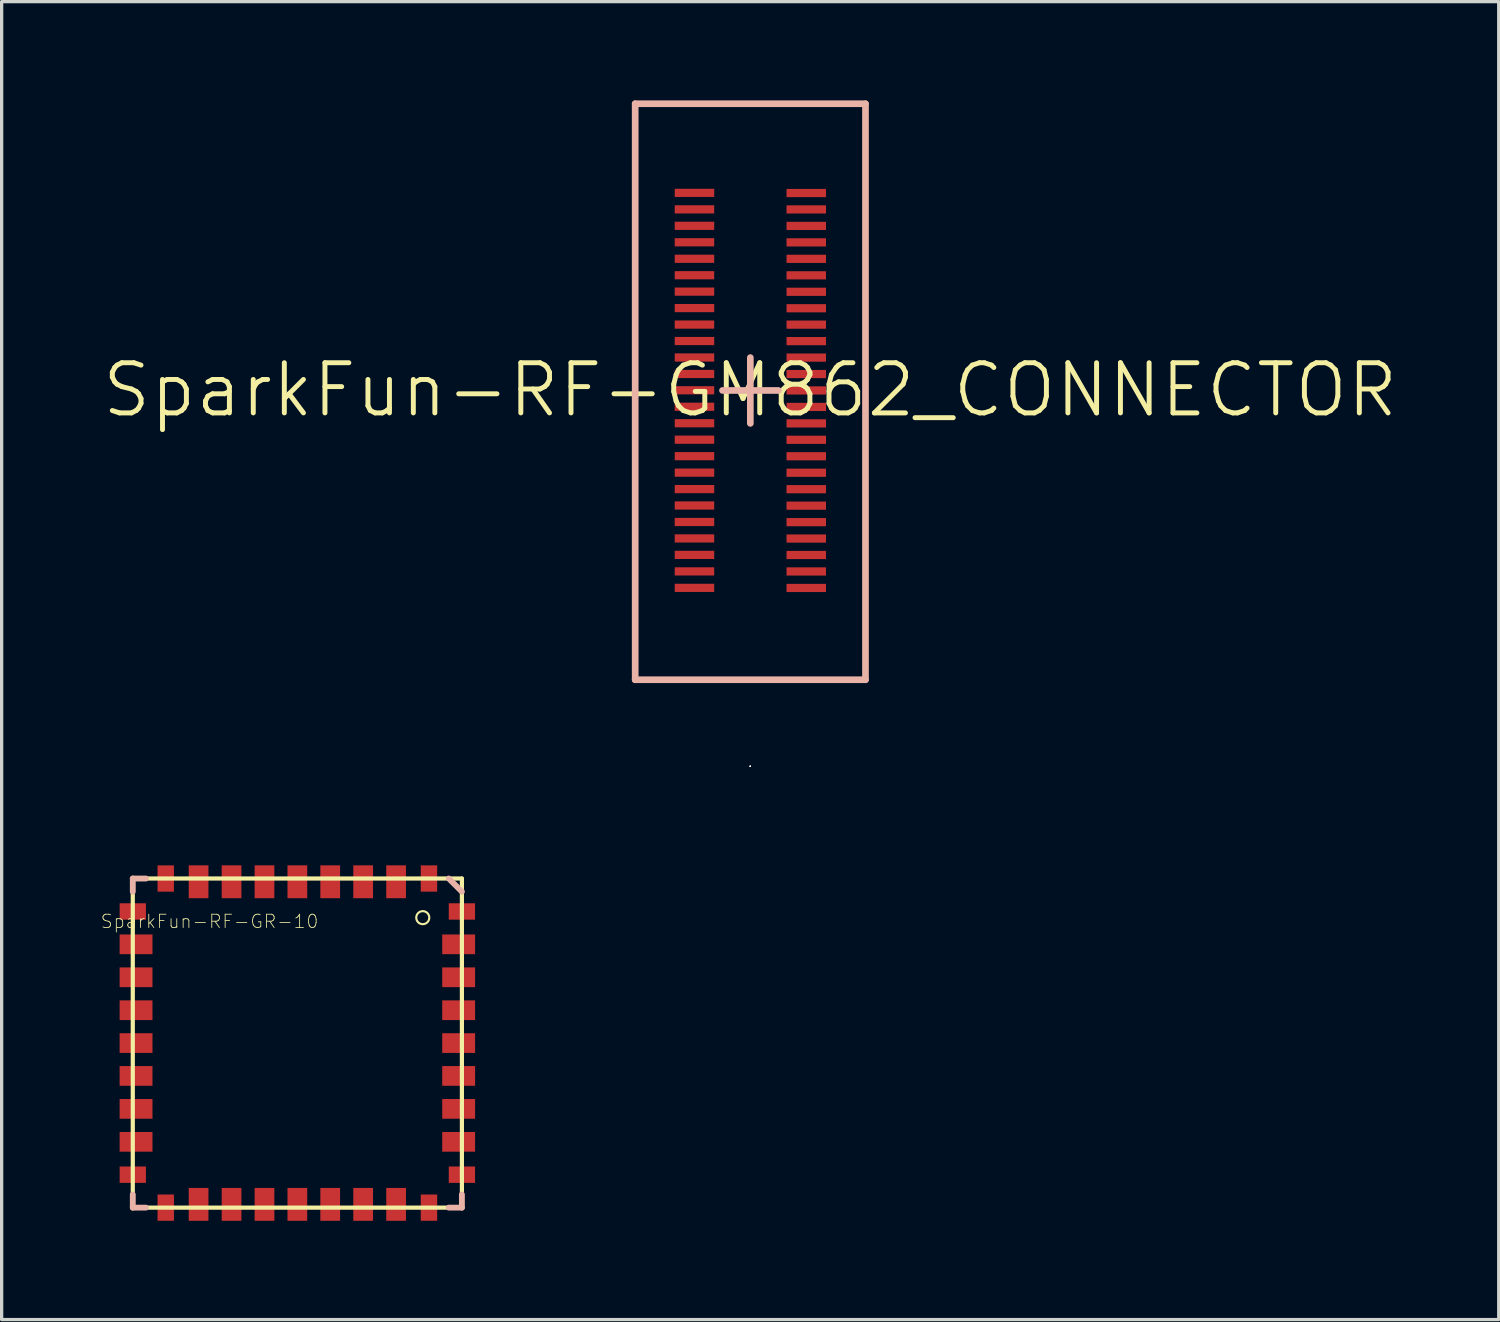
<source format=kicad_pcb>
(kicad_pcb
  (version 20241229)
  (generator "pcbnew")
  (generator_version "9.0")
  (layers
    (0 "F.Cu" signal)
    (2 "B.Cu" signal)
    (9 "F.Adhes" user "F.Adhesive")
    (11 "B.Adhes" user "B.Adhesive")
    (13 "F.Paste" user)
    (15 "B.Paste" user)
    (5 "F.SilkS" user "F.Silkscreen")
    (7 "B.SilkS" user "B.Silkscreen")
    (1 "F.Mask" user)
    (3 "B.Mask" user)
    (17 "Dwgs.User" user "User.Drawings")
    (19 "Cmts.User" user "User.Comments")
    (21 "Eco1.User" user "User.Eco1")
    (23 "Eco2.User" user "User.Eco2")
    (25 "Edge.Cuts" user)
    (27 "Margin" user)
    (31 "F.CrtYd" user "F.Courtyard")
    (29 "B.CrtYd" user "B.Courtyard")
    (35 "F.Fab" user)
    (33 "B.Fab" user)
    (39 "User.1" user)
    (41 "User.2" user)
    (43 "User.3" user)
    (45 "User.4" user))
  (footprint "SparkFun-RF-GR-10"
    (layer "F.Cu")
    (at 5.983 28.637)
    (property "Reference" "SparkFun-RF-GR-10" (at -2.667 -3.696 0) (layer "F.SilkS") (effects (font (size 0.406 0.406) (thickness 0.025))))
    (attr smd)
    (fp_line (start -4.999 -4.999) (end 4.999 -4.999) (stroke (width 0.127) (type solid)) (layer "F.SilkS"))
    (fp_line (start -4.999 4.999) (end -4.999 -4.999) (stroke (width 0.127) (type solid)) (layer "F.SilkS"))
    (fp_line (start 4.999 -4.999) (end 4.999 4.999) (stroke (width 0.127) (type solid)) (layer "F.SilkS"))
    (fp_line (start 4.999 4.999) (end -4.999 4.999) (stroke (width 0.127) (type solid)) (layer "F.SilkS"))
    (fp_circle (center 3.81 -3.81) (end 3.95 -3.95) (stroke (width 0.064) (type solid)) (fill no) (layer "F.SilkS"))
    (fp_line (start -4.999 -4.999) (end -4.999 -4.6) (stroke (width 0.178) (type solid)) (layer "B.SilkS"))
    (fp_line (start -4.999 -4.999) (end -4.6 -4.999) (stroke (width 0.178) (type solid)) (layer "B.SilkS"))
    (fp_line (start -4.999 4.999) (end -4.999 4.6) (stroke (width 0.178) (type solid)) (layer "B.SilkS"))
    (fp_line (start -4.999 4.999) (end -4.6 4.999) (stroke (width 0.178) (type solid)) (layer "B.SilkS"))
    (fp_line (start 4.999 -4.6) (end 4.6 -4.999) (stroke (width 0.178) (type solid)) (layer "B.SilkS"))
    (fp_line (start 4.999 4.999) (end 4.6 4.999) (stroke (width 0.178) (type solid)) (layer "B.SilkS"))
    (fp_line (start 4.999 4.999) (end 4.999 4.6) (stroke (width 0.178) (type solid)) (layer "B.SilkS"))
    (pad "1" smd rect (at 4.999 -3.998) (size 0.798 0.498) (layers "F.Cu" "F.Mask" "F.Paste"))
    (pad "2" smd rect (at 4.9 -3) (size 0.998 0.599) (layers "F.Cu" "F.Mask" "F.Paste"))
    (pad "3" smd rect (at 4.9 -1.999) (size 0.998 0.599) (layers "F.Cu" "F.Mask" "F.Paste"))
    (pad "4" smd rect (at 4.9 -0.998) (size 0.998 0.599) (layers "F.Cu" "F.Mask" "F.Paste"))
    (pad "5" smd rect (at 4.9 0) (size 0.998 0.599) (layers "F.Cu" "F.Mask" "F.Paste"))
    (pad "6" smd rect (at 4.9 0.998) (size 0.998 0.599) (layers "F.Cu" "F.Mask" "F.Paste"))
    (pad "7" smd rect (at 4.9 1.999) (size 0.998 0.599) (layers "F.Cu" "F.Mask" "F.Paste"))
    (pad "8" smd rect (at 4.9 3) (size 0.998 0.599) (layers "F.Cu" "F.Mask" "F.Paste"))
    (pad "9" smd rect (at 4.999 3.998) (size 0.798 0.498) (layers "F.Cu" "F.Mask" "F.Paste"))
    (pad "10" smd rect (at 3.998 4.999 270) (size 0.798 0.498) (layers "F.Cu" "F.Mask" "F.Paste"))
    (pad "11" smd rect (at 3 4.9 270) (size 0.998 0.599) (layers "F.Cu" "F.Mask" "F.Paste"))
    (pad "12" smd rect (at 1.999 4.9 270) (size 0.998 0.599) (layers "F.Cu" "F.Mask" "F.Paste"))
    (pad "13" smd rect (at 0.998 4.9 270) (size 0.998 0.599) (layers "F.Cu" "F.Mask" "F.Paste"))
    (pad "14" smd rect (at 0 4.9 270) (size 0.998 0.599) (layers "F.Cu" "F.Mask" "F.Paste"))
    (pad "15" smd rect (at -0.998 4.9 270) (size 0.998 0.599) (layers "F.Cu" "F.Mask" "F.Paste"))
    (pad "16" smd rect (at -1.999 4.9 270) (size 0.998 0.599) (layers "F.Cu" "F.Mask" "F.Paste"))
    (pad "17" smd rect (at -3 4.9 270) (size 0.998 0.599) (layers "F.Cu" "F.Mask" "F.Paste"))
    (pad "18" smd rect (at -3.998 4.999 270) (size 0.798 0.498) (layers "F.Cu" "F.Mask" "F.Paste"))
    (pad "19" smd rect (at -4.999 3.998 180) (size 0.798 0.498) (layers "F.Cu" "F.Mask" "F.Paste"))
    (pad "20" smd rect (at -4.9 3 180) (size 0.998 0.599) (layers "F.Cu" "F.Mask" "F.Paste"))
    (pad "21" smd rect (at -4.9 1.999 180) (size 0.998 0.599) (layers "F.Cu" "F.Mask" "F.Paste"))
    (pad "22" smd rect (at -4.9 0.998 180) (size 0.998 0.599) (layers "F.Cu" "F.Mask" "F.Paste"))
    (pad "23" smd rect (at -4.9 0 180) (size 0.998 0.599) (layers "F.Cu" "F.Mask" "F.Paste"))
    (pad "24" smd rect (at -4.9 -0.998 180) (size 0.998 0.599) (layers "F.Cu" "F.Mask" "F.Paste"))
    (pad "25" smd rect (at -4.9 -1.999 180) (size 0.998 0.599) (layers "F.Cu" "F.Mask" "F.Paste"))
    (pad "26" smd rect (at -4.9 -3 180) (size 0.998 0.599) (layers "F.Cu" "F.Mask" "F.Paste"))
    (pad "27" smd rect (at -4.999 -3.998 180) (size 0.798 0.498) (layers "F.Cu" "F.Mask" "F.Paste"))
    (pad "28" smd rect (at -3.998 -4.999 90) (size 0.798 0.498) (layers "F.Cu" "F.Mask" "F.Paste"))
    (pad "29" smd rect (at -3 -4.9 90) (size 0.998 0.599) (layers "F.Cu" "F.Mask" "F.Paste"))
    (pad "30" smd rect (at -1.999 -4.9 90) (size 0.998 0.599) (layers "F.Cu" "F.Mask" "F.Paste"))
    (pad "31" smd rect (at -0.998 -4.9 90) (size 0.998 0.599) (layers "F.Cu" "F.Mask" "F.Paste"))
    (pad "32" smd rect (at 0 -4.9 90) (size 0.998 0.599) (layers "F.Cu" "F.Mask" "F.Paste"))
    (pad "33" smd rect (at 0.998 -4.9 90) (size 0.998 0.599) (layers "F.Cu" "F.Mask" "F.Paste"))
    (pad "34" smd rect (at 1.999 -4.9 90) (size 0.998 0.599) (layers "F.Cu" "F.Mask" "F.Paste"))
    (pad "35" smd rect (at 3 -4.9 90) (size 0.998 0.599) (layers "F.Cu" "F.Mask" "F.Paste"))
    (pad "36" smd rect (at 3.998 -4.999 90) (size 0.798 0.498) (layers "F.Cu" "F.Mask" "F.Paste")))
  (footprint "SparkFun-RF-GM862_CONNECTOR"
    (layer "F.Cu")
    (at 19.739 8.796)
    (property "Reference" "SparkFun-RF-GM862_CONNECTOR" (at 0 0 0) (layer "F.SilkS") (effects (font (size 1.524 1.524) (thickness 0.15))))
    (attr smd)
    (fp_line (start -3.493 -8.694) (end -3.493 8.804) (stroke (width 0.203) (type solid)) (layer "B.SilkS"))
    (fp_line (start -3.493 8.804) (end 3.503 8.804) (stroke (width 0.203) (type solid)) (layer "B.SilkS"))
    (fp_line (start -0.841 0.015) (end 0.856 0.015) (stroke (width 0.203) (type solid)) (layer "B.SilkS"))
    (fp_line (start 0.005 1.016) (end 0.005 -0.983) (stroke (width 0.203) (type solid)) (layer "B.SilkS"))
    (fp_line (start 3.503 -8.694) (end -3.493 -8.694) (stroke (width 0.203) (type solid)) (layer "B.SilkS"))
    (fp_line (start 3.503 8.804) (end 3.503 -8.694) (stroke (width 0.203) (type solid)) (layer "B.SilkS"))
    (pad "1" smd rect (at 1.704 6.015) (size 1.199 0.249) (layers "F.Cu" "F.Mask" "F.Paste"))
    (pad "2" smd rect (at -1.692 6.012) (size 1.199 0.249) (layers "F.Cu" "F.Mask" "F.Paste"))
    (pad "3" smd rect (at 1.704 5.514) (size 1.199 0.249) (layers "F.Cu" "F.Mask" "F.Paste"))
    (pad "4" smd rect (at -1.692 5.512) (size 1.199 0.249) (layers "F.Cu" "F.Mask" "F.Paste"))
    (pad "5" smd rect (at 1.704 5.014) (size 1.199 0.249) (layers "F.Cu" "F.Mask" "F.Paste"))
    (pad "6" smd rect (at -1.692 5.011) (size 1.199 0.249) (layers "F.Cu" "F.Mask" "F.Paste"))
    (pad "7" smd rect (at 1.704 4.514) (size 1.199 0.249) (layers "F.Cu" "F.Mask" "F.Paste"))
    (pad "8" smd rect (at -1.692 4.511) (size 1.199 0.249) (layers "F.Cu" "F.Mask" "F.Paste"))
    (pad "9" smd rect (at 1.704 4.016) (size 1.199 0.249) (layers "F.Cu" "F.Mask" "F.Paste"))
    (pad "10" smd rect (at -1.692 4.011) (size 1.199 0.249) (layers "F.Cu" "F.Mask" "F.Paste"))
    (pad "11" smd rect (at 1.704 3.515) (size 1.199 0.249) (layers "F.Cu" "F.Mask" "F.Paste"))
    (pad "12" smd rect (at -1.692 3.51) (size 1.199 0.249) (layers "F.Cu" "F.Mask" "F.Paste"))
    (pad "13" smd rect (at 1.704 3.015) (size 1.199 0.249) (layers "F.Cu" "F.Mask" "F.Paste"))
    (pad "14" smd rect (at -1.692 3.012) (size 1.199 0.249) (layers "F.Cu" "F.Mask" "F.Paste"))
    (pad "15" smd rect (at 1.704 2.515) (size 1.199 0.249) (layers "F.Cu" "F.Mask" "F.Paste"))
    (pad "16" smd rect (at -1.692 2.512) (size 1.199 0.249) (layers "F.Cu" "F.Mask" "F.Paste"))
    (pad "17" smd rect (at 1.704 2.014) (size 1.199 0.249) (layers "F.Cu" "F.Mask" "F.Paste"))
    (pad "18" smd rect (at -1.692 2.012) (size 1.199 0.249) (layers "F.Cu" "F.Mask" "F.Paste"))
    (pad "19" smd rect (at 1.704 1.514) (size 1.199 0.249) (layers "F.Cu" "F.Mask" "F.Paste"))
    (pad "20" smd rect (at -1.692 1.511) (size 1.199 0.249) (layers "F.Cu" "F.Mask" "F.Paste"))
    (pad "21" smd rect (at 1.704 1.016) (size 1.199 0.249) (layers "F.Cu" "F.Mask" "F.Paste"))
    (pad "22" smd rect (at -1.692 1.011) (size 1.199 0.249) (layers "F.Cu" "F.Mask" "F.Paste"))
    (pad "23" smd rect (at 1.704 0.516) (size 1.199 0.249) (layers "F.Cu" "F.Mask" "F.Paste"))
    (pad "24" smd rect (at -1.692 0.511) (size 1.199 0.249) (layers "F.Cu" "F.Mask" "F.Paste"))
    (pad "25" smd rect (at 1.704 0.015) (size 1.199 0.249) (layers "F.Cu" "F.Mask" "F.Paste"))
    (pad "26" smd rect (at -1.692 0.01) (size 1.199 0.249) (layers "F.Cu" "F.Mask" "F.Paste"))
    (pad "27" smd rect (at 1.704 -0.483) (size 1.199 0.249) (layers "F.Cu" "F.Mask" "F.Paste"))
    (pad "28" smd rect (at -1.692 -0.485) (size 1.199 0.249) (layers "F.Cu" "F.Mask" "F.Paste"))
    (pad "29" smd rect (at 1.704 -0.983) (size 1.199 0.249) (layers "F.Cu" "F.Mask" "F.Paste"))
    (pad "30" smd rect (at -1.692 -0.986) (size 1.199 0.249) (layers "F.Cu" "F.Mask" "F.Paste"))
    (pad "31" smd rect (at 1.704 -1.483) (size 1.199 0.249) (layers "F.Cu" "F.Mask" "F.Paste"))
    (pad "32" smd rect (at -1.692 -1.486) (size 1.199 0.249) (layers "F.Cu" "F.Mask" "F.Paste"))
    (pad "33" smd rect (at 1.704 -1.984) (size 1.199 0.249) (layers "F.Cu" "F.Mask" "F.Paste"))
    (pad "34" smd rect (at -1.692 -1.986) (size 1.199 0.249) (layers "F.Cu" "F.Mask" "F.Paste"))
    (pad "35" smd rect (at 1.704 -2.482) (size 1.199 0.249) (layers "F.Cu" "F.Mask" "F.Paste"))
    (pad "36" smd rect (at -1.692 -2.487) (size 1.199 0.249) (layers "F.Cu" "F.Mask" "F.Paste"))
    (pad "37" smd rect (at 1.704 -2.982) (size 1.199 0.249) (layers "F.Cu" "F.Mask" "F.Paste"))
    (pad "38" smd rect (at -1.692 -2.987) (size 1.199 0.249) (layers "F.Cu" "F.Mask" "F.Paste"))
    (pad "39" smd rect (at 1.704 -3.482) (size 1.199 0.249) (layers "F.Cu" "F.Mask" "F.Paste"))
    (pad "40" smd rect (at -1.692 -3.485) (size 1.199 0.249) (layers "F.Cu" "F.Mask" "F.Paste"))
    (pad "41" smd rect (at 1.704 -3.983) (size 1.199 0.249) (layers "F.Cu" "F.Mask" "F.Paste"))
    (pad "42" smd rect (at -1.692 -3.985) (size 1.199 0.249) (layers "F.Cu" "F.Mask" "F.Paste"))
    (pad "43" smd rect (at 1.704 -4.483) (size 1.199 0.249) (layers "F.Cu" "F.Mask" "F.Paste"))
    (pad "44" smd rect (at -1.692 -4.486) (size 1.199 0.249) (layers "F.Cu" "F.Mask" "F.Paste"))
    (pad "45" smd rect (at 1.704 -4.983) (size 1.199 0.249) (layers "F.Cu" "F.Mask" "F.Paste"))
    (pad "46" smd rect (at -1.692 -4.986) (size 1.199 0.249) (layers "F.Cu" "F.Mask" "F.Paste"))
    (pad "47" smd rect (at 1.704 -5.484) (size 1.199 0.249) (layers "F.Cu" "F.Mask" "F.Paste"))
    (pad "48" smd rect (at -1.692 -5.486) (size 1.199 0.249) (layers "F.Cu" "F.Mask" "F.Paste"))
    (pad "49" smd rect (at 1.704 -5.982) (size 1.199 0.249) (layers "F.Cu" "F.Mask" "F.Paste"))
    (pad "50" smd rect (at -1.692 -5.987) (size 1.199 0.249) (layers "F.Cu" "F.Mask" "F.Paste"))
    (pad "G1" thru_hole circle (at 0 11.43) (size 0.025 0.025) (drill 0.025) (layers "*.Cu" "F.Mask" "F.SilkS" "F.Paste"))
    (pad "G2" thru_hole circle (at 0 11.43) (size 0.025 0.025) (drill 0.025) (layers "*.Cu" "F.Mask" "F.SilkS" "F.Paste"))
    (pad "G3" thru_hole circle (at 0 11.43) (size 0.025 0.025) (drill 0.025) (layers "*.Cu" "F.Mask" "F.SilkS" "F.Paste"))
    (pad "G4" thru_hole circle (at 0 11.43) (size 0.025 0.025) (drill 0.025) (layers "*.Cu" "F.Mask" "F.SilkS" "F.Paste"))
    (pad "G5" thru_hole circle (at 0 11.43) (size 0.025 0.025) (drill 0.025) (layers "*.Cu" "F.Mask" "F.SilkS" "F.Paste"))
    (pad "G6" thru_hole circle (at 0 11.43) (size 0.025 0.025) (drill 0.025) (layers "*.Cu" "F.Mask" "F.SilkS" "F.Paste"))
    (pad "G7" thru_hole circle (at 0 11.43) (size 0.025 0.025) (drill 0.025) (layers "*.Cu" "F.Mask" "F.SilkS" "F.Paste"))
    (pad "G8" thru_hole circle (at 0 11.43) (size 0.025 0.025) (drill 0.025) (layers "*.Cu" "F.Mask" "F.SilkS" "F.Paste")))
  (gr_rect
    (start -3 -3)
    (end 42.479 37.036)
    (stroke (width 0.1) (type default))
    (fill no)
    (layer "Edge.Cuts")))
</source>
